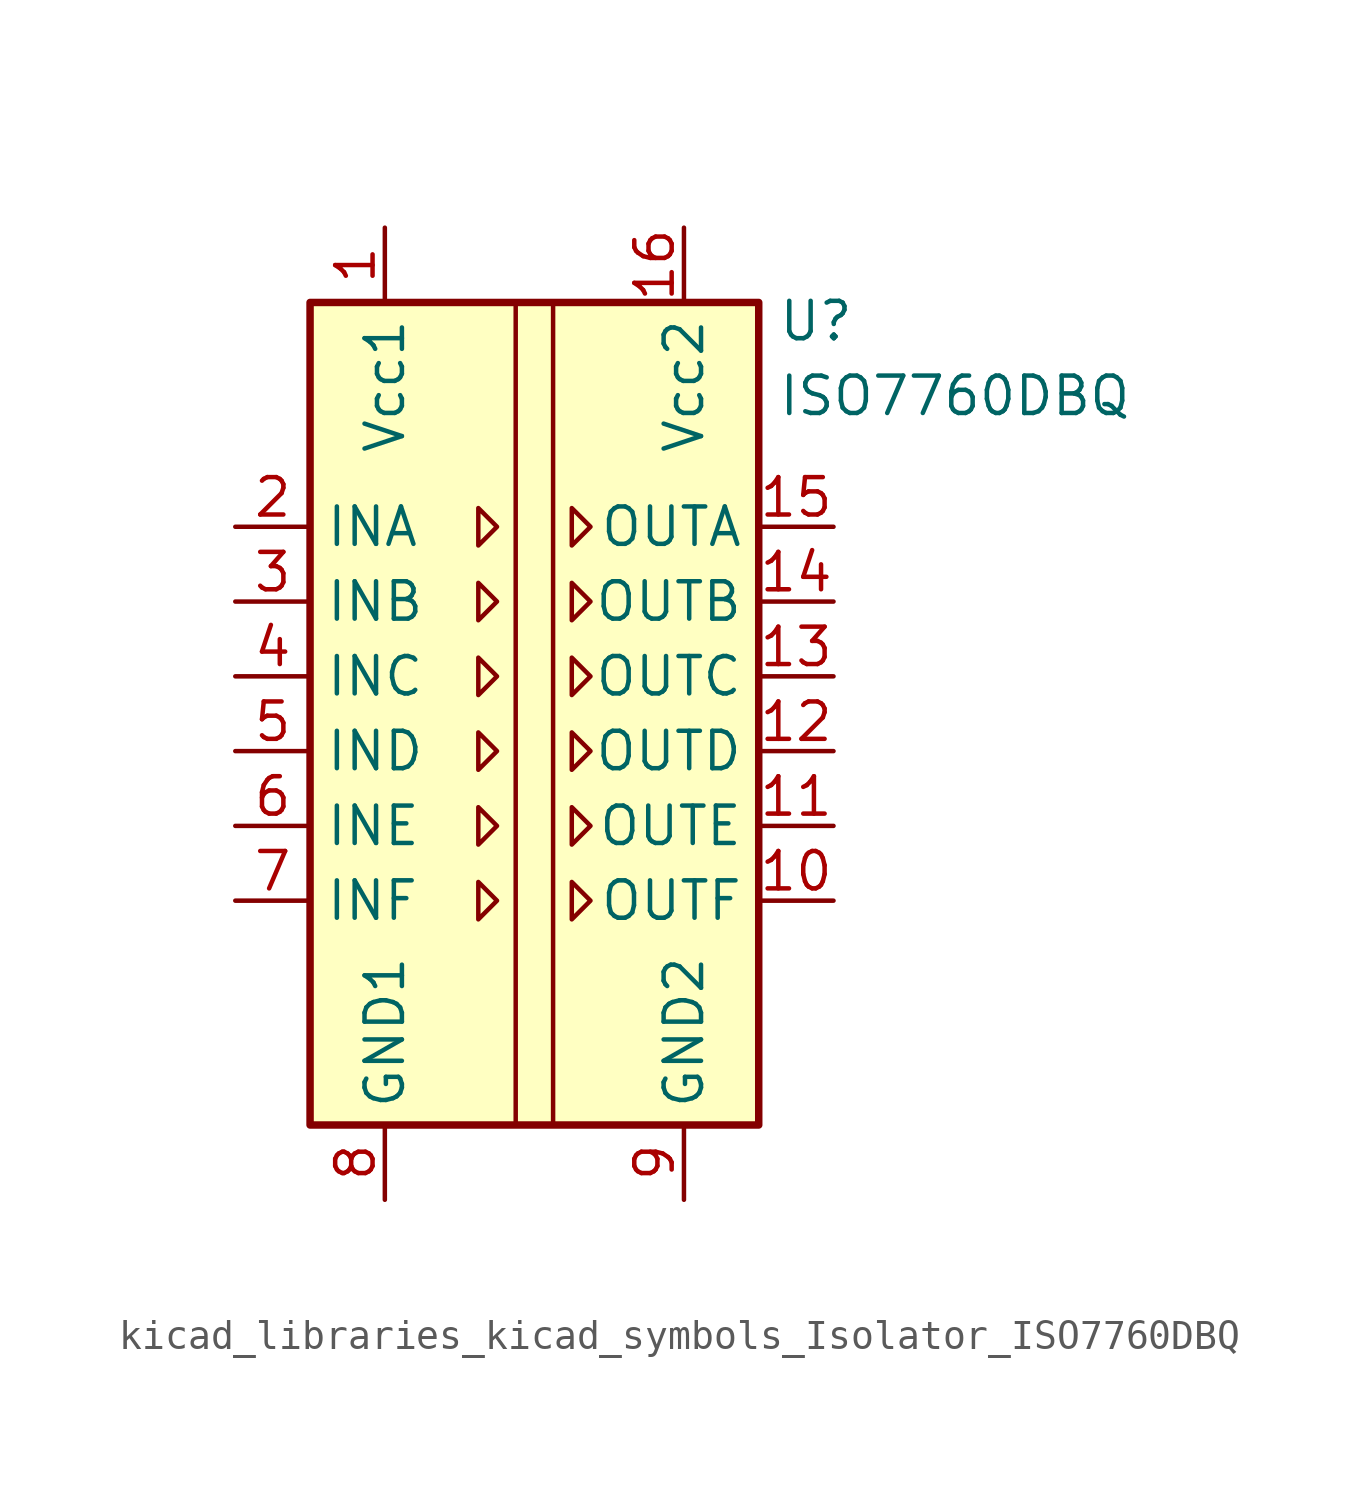
<source format=kicad_sym>
(kicad_symbol_lib
  (version 20220914)
  (generator kicad_symbol_editor)
  (symbol "kicad_libraries_kicad_symbols_Isolator_ISO7760DBQ"
    (property "Reference" "U"
      (at 8.255 14.605 0)
      (effects (font (size 1.27 1.27)) (justify left)))
    (property "Value" "ISO7760DBQ"
      (at 8.255 12.065 0)
      (effects (font (size 1.27 1.27)) (justify left)))
    (symbol "kicad_libraries_kicad_symbols_Isolator_ISO7760DBQ_0_1"
      (rectangle (start -7.62 15.24) (end 7.62 -12.7) (stroke (width 0.254) (type default)) (fill (type background)))
      (polyline (pts (xy -0.635 15.24) (xy -0.635 -12.7)) (stroke (width 0) (type default)) (fill (type none)))
      (polyline (pts (xy 0.635 15.24) (xy 0.635 -12.7)) (stroke (width 0) (type default)) (fill (type none)))
      (polyline (pts (xy -1.905 8.255) (xy -1.27 7.62) (xy -1.905 6.985) (xy -1.905 8.255)) (stroke (width 0) (type default)) (fill (type none)))
      (polyline (pts (xy 1.27 8.255) (xy 1.905 7.62) (xy 1.27 6.985) (xy 1.27 8.255)) (stroke (width 0) (type default)) (fill (type none))))
    (symbol "kicad_libraries_kicad_symbols_Isolator_ISO7760DBQ_1_1"
      (polyline (pts (xy -1.905 -4.445) (xy -1.27 -5.08) (xy -1.905 -5.715) (xy -1.905 -4.445)) (stroke (width 0) (type default)) (fill (type none)))
      (polyline (pts (xy -1.905 -1.905) (xy -1.27 -2.54) (xy -1.905 -3.175) (xy -1.905 -1.905)) (stroke (width 0) (type default)) (fill (type none)))
      (polyline (pts (xy -1.905 0.635) (xy -1.27 0) (xy -1.905 -0.635) (xy -1.905 0.635)) (stroke (width 0) (type default)) (fill (type none)))
      (polyline (pts (xy -1.905 3.175) (xy -1.27 2.54) (xy -1.905 1.905) (xy -1.905 3.175)) (stroke (width 0) (type default)) (fill (type none)))
      (polyline (pts (xy -1.905 5.715) (xy -1.27 5.08) (xy -1.905 4.445) (xy -1.905 5.715)) (stroke (width 0) (type default)) (fill (type none)))
      (polyline (pts (xy 1.27 -4.445) (xy 1.905 -5.08) (xy 1.27 -5.715) (xy 1.27 -4.445)) (stroke (width 0) (type default)) (fill (type none)))
      (polyline (pts (xy 1.27 -1.905) (xy 1.905 -2.54) (xy 1.27 -3.175) (xy 1.27 -1.905)) (stroke (width 0) (type default)) (fill (type none)))
      (polyline (pts (xy 1.27 0.635) (xy 1.905 0) (xy 1.27 -0.635) (xy 1.27 0.635)) (stroke (width 0) (type default)) (fill (type none)))
      (polyline (pts (xy 1.27 3.175) (xy 1.905 2.54) (xy 1.27 1.905) (xy 1.27 3.175)) (stroke (width 0) (type default)) (fill (type none)))
      (polyline (pts (xy 1.27 5.715) (xy 1.905 5.08) (xy 1.27 4.445) (xy 1.27 5.715)) (stroke (width 0) (type default)) (fill (type none)))
      (pin power_in line (at -5.08 17.78 270) (length 2.54) (name "Vcc1" (effects (font (size 1.27 1.27)))) (number "1" (effects (font (size 1.27 1.27)))))
      (pin output line (at 10.16 -5.08 180) (length 2.54) (name "OUTF" (effects (font (size 1.27 1.27)))) (number "10" (effects (font (size 1.27 1.27)))))
      (pin output line (at 10.16 -2.54 180) (length 2.54) (name "OUTE" (effects (font (size 1.27 1.27)))) (number "11" (effects (font (size 1.27 1.27)))))
      (pin output line (at 10.16 0 180) (length 2.54) (name "OUTD" (effects (font (size 1.27 1.27)))) (number "12" (effects (font (size 1.27 1.27)))))
      (pin output line (at 10.16 2.54 180) (length 2.54) (name "OUTC" (effects (font (size 1.27 1.27)))) (number "13" (effects (font (size 1.27 1.27)))))
      (pin output line (at 10.16 5.08 180) (length 2.54) (name "OUTB" (effects (font (size 1.27 1.27)))) (number "14" (effects (font (size 1.27 1.27)))))
      (pin output line (at 10.16 7.62 180) (length 2.54) (name "OUTA" (effects (font (size 1.27 1.27)))) (number "15" (effects (font (size 1.27 1.27)))))
      (pin power_in line (at 5.08 17.78 270) (length 2.54) (name "Vcc2" (effects (font (size 1.27 1.27)))) (number "16" (effects (font (size 1.27 1.27)))))
      (pin input line (at -10.16 7.62 0) (length 2.54) (name "INA" (effects (font (size 1.27 1.27)))) (number "2" (effects (font (size 1.27 1.27)))))
      (pin input line (at -10.16 5.08 0) (length 2.54) (name "INB" (effects (font (size 1.27 1.27)))) (number "3" (effects (font (size 1.27 1.27)))))
      (pin input line (at -10.16 2.54 0) (length 2.54) (name "INC" (effects (font (size 1.27 1.27)))) (number "4" (effects (font (size 1.27 1.27)))))
      (pin input line (at -10.16 0 0) (length 2.54) (name "IND" (effects (font (size 1.27 1.27)))) (number "5" (effects (font (size 1.27 1.27)))))
      (pin input line (at -10.16 -2.54 0) (length 2.54) (name "INE" (effects (font (size 1.27 1.27)))) (number "6" (effects (font (size 1.27 1.27)))))
      (pin input line (at -10.16 -5.08 0) (length 2.54) (name "INF" (effects (font (size 1.27 1.27)))) (number "7" (effects (font (size 1.27 1.27)))))
      (pin power_in line (at -5.08 -15.24 90) (length 2.54) (name "GND1" (effects (font (size 1.27 1.27)))) (number "8" (effects (font (size 1.27 1.27)))))
      (pin power_in line (at 5.08 -15.24 90) (length 2.54) (name "GND2" (effects (font (size 1.27 1.27)))) (number "9" (effects (font (size 1.27 1.27))))))))
</source>
